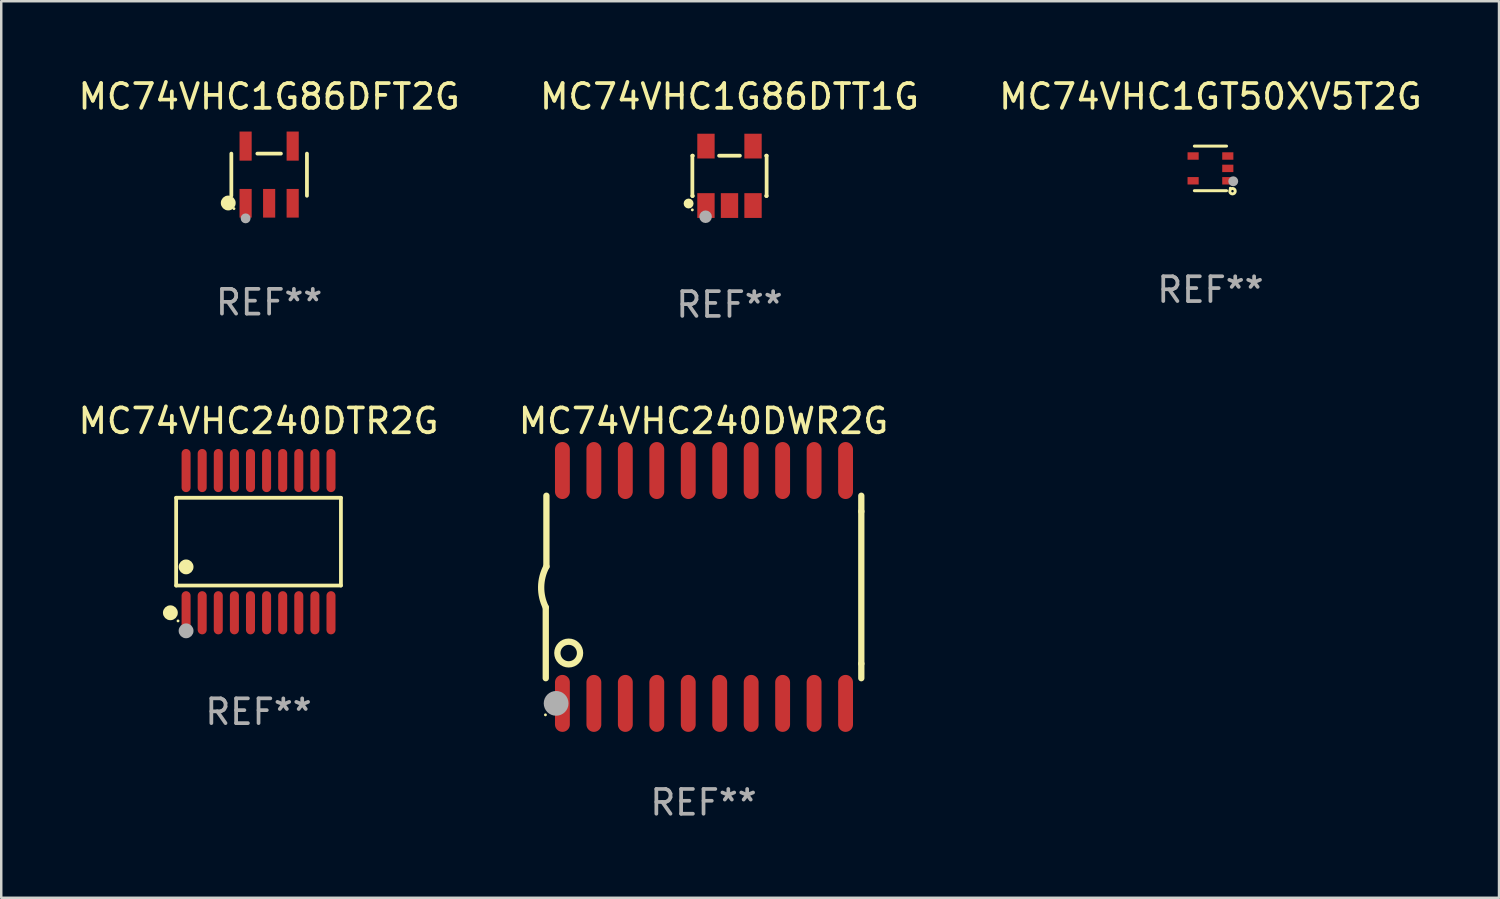
<source format=kicad_pcb>
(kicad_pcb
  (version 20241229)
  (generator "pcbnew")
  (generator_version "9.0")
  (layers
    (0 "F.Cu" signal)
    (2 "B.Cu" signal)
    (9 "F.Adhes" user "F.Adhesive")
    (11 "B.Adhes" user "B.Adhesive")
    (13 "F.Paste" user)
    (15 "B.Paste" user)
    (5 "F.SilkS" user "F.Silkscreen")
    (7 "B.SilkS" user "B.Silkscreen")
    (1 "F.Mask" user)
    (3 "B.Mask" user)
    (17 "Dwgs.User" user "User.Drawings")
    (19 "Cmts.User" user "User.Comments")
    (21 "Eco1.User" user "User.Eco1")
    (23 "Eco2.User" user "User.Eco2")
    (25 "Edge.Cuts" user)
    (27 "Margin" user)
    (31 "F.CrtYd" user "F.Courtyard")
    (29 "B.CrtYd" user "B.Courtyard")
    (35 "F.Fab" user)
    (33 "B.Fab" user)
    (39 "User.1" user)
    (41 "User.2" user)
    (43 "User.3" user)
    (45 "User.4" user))
  (footprint "MC74VHC240DTR2G"
    (layer "F.Cu")
    (at 7.387 18.816)
    (property "Reference" "MC74VHC240DTR2G" (at 0 -4.871 0) (layer "F.SilkS") (effects (font (size 1 1) (thickness 0.15))))
    (attr through_hole)
    (fp_line (start -3.326 -1.771) (end 3.326 -1.771) (stroke (width 0.152) (type solid)) (layer "F.SilkS"))
    (fp_line (start -3.326 1.771) (end -3.326 -1.771) (stroke (width 0.152) (type solid)) (layer "F.SilkS"))
    (fp_line (start 3.326 -1.771) (end 3.326 1.771) (stroke (width 0.152) (type solid)) (layer "F.SilkS"))
    (fp_line (start 3.326 1.771) (end -3.326 1.771) (stroke (width 0.152) (type solid)) (layer "F.SilkS"))
    (fp_circle (center -3.559 2.871) (end -3.409 2.871) (stroke (width 0.3) (type solid)) (fill no) (layer "F.SilkS"))
    (fp_circle (center -3.25 3.2) (end -3.22 3.2) (stroke (width 0.06) (type solid)) (fill no) (layer "F.SilkS"))
    (fp_circle (center -2.925 1.019) (end -2.775 1.019) (stroke (width 0.3) (type solid)) (fill no) (layer "F.SilkS"))
    (fp_circle (center -2.925 3.6) (end -2.775 3.6) (stroke (width 0.3) (type solid)) (fill no) (layer "F.Fab"))
    (fp_text user "REF**" (at 0 6.871 0) (layer "F.Fab") (effects (font (size 1 1) (thickness 0.15))))
    (pad "1" smd oval (at -2.925 2.871) (size 0.364 1.742) (layers "F.Cu" "F.Mask" "F.Paste"))
    (pad "2" smd oval (at -2.275 2.871) (size 0.364 1.742) (layers "F.Cu" "F.Mask" "F.Paste"))
    (pad "3" smd oval (at -1.625 2.871) (size 0.364 1.742) (layers "F.Cu" "F.Mask" "F.Paste"))
    (pad "4" smd oval (at -0.975 2.871) (size 0.364 1.742) (layers "F.Cu" "F.Mask" "F.Paste"))
    (pad "5" smd oval (at -0.325 2.871) (size 0.364 1.742) (layers "F.Cu" "F.Mask" "F.Paste"))
    (pad "6" smd oval (at 0.325 2.871) (size 0.364 1.742) (layers "F.Cu" "F.Mask" "F.Paste"))
    (pad "7" smd oval (at 0.975 2.871) (size 0.364 1.742) (layers "F.Cu" "F.Mask" "F.Paste"))
    (pad "8" smd oval (at 1.625 2.871) (size 0.364 1.742) (layers "F.Cu" "F.Mask" "F.Paste"))
    (pad "9" smd oval (at 2.275 2.871) (size 0.364 1.742) (layers "F.Cu" "F.Mask" "F.Paste"))
    (pad "10" smd oval (at 2.925 2.871) (size 0.364 1.742) (layers "F.Cu" "F.Mask" "F.Paste"))
    (pad "11" smd oval (at 2.925 -2.871) (size 0.364 1.742) (layers "F.Cu" "F.Mask" "F.Paste"))
    (pad "12" smd oval (at 2.275 -2.871) (size 0.364 1.742) (layers "F.Cu" "F.Mask" "F.Paste"))
    (pad "13" smd oval (at 1.625 -2.871) (size 0.364 1.742) (layers "F.Cu" "F.Mask" "F.Paste"))
    (pad "14" smd oval (at 0.975 -2.871) (size 0.364 1.742) (layers "F.Cu" "F.Mask" "F.Paste"))
    (pad "15" smd oval (at 0.325 -2.871) (size 0.364 1.742) (layers "F.Cu" "F.Mask" "F.Paste"))
    (pad "16" smd oval (at -0.325 -2.871) (size 0.364 1.742) (layers "F.Cu" "F.Mask" "F.Paste"))
    (pad "17" smd oval (at -0.975 -2.871) (size 0.364 1.742) (layers "F.Cu" "F.Mask" "F.Paste"))
    (pad "18" smd oval (at -1.625 -2.871) (size 0.364 1.742) (layers "F.Cu" "F.Mask" "F.Paste"))
    (pad "19" smd oval (at -2.275 -2.871) (size 0.364 1.742) (layers "F.Cu" "F.Mask" "F.Paste"))
    (pad "20" smd oval (at -2.925 -2.871) (size 0.364 1.742) (layers "F.Cu" "F.Mask" "F.Paste")))
  (footprint "MC74VHC1GT50XV5T2G"
    (layer "F.Cu")
    (at 45.815 3.748)
    (property "Reference" "MC74VHC1GT50XV5T2G" (at 0 -2.9 0) (layer "F.SilkS") (effects (font (size 1 1) (thickness 0.15))))
    (attr through_hole)
    (fp_line (start -0.65 -0.9) (end 0.65 -0.9) (stroke (width 0.12) (type solid)) (layer "F.SilkS"))
    (fp_line (start -0.65 0.9) (end 0.65 0.9) (stroke (width 0.12) (type solid)) (layer "F.SilkS"))
    (fp_circle (center 0.8 0.8) (end 0.83 0.8) (stroke (width 0.06) (type solid)) (fill no) (layer "F.SilkS"))
    (fp_circle (center 0.89 0.92) (end 0.94 0.92) (stroke (width 0.12) (type solid)) (fill no) (layer "F.SilkS"))
    (fp_circle (center 0.92 0.52) (end 1.02 0.52) (stroke (width 0.2) (type solid)) (fill no) (layer "F.Fab"))
    (fp_text user "REF**" (at 0 4.9 0) (layer "F.Fab") (effects (font (size 1 1) (thickness 0.15))))
    (pad "1" smd rect (at 0.7 0.5) (size 0.45 0.3) (layers "F.Cu" "F.Mask" "F.Paste"))
    (pad "2" smd rect (at 0.7 -0.000356) (size 0.45 0.3) (layers "F.Cu" "F.Mask" "F.Paste"))
    (pad "3" smd rect (at 0.7 -0.5) (size 0.45 0.3) (layers "F.Cu" "F.Mask" "F.Paste"))
    (pad "4" smd rect (at -0.7 -0.5) (size 0.45 0.3) (layers "F.Cu" "F.Mask" "F.Paste"))
    (pad "5" smd rect (at -0.7 0.5) (size 0.45 0.3) (layers "F.Cu" "F.Mask" "F.Paste")))
  (footprint "MC74VHC240DWR2G"
    (layer "F.Cu")
    (at 25.351 20.645)
    (property "Reference" "MC74VHC240DWR2G" (at 0 -6.7 0) (layer "F.SilkS") (effects (font (size 1 1) (thickness 0.15))))
    (attr through_hole)
    (fp_line (start -6.369 0.826) (end -6.369 3.683) (stroke (width 0.254) (type solid)) (layer "F.SilkS"))
    (fp_line (start -6.343 -0.825) (end -6.343 -3.683) (stroke (width 0.254) (type solid)) (layer "F.SilkS"))
    (fp_line (start 6.369 -3.048) (end 6.369 -3.683) (stroke (width 0.254) (type solid)) (layer "F.SilkS"))
    (fp_line (start 6.369 -3.048) (end 6.369 3.096) (stroke (width 0.254) (type solid)) (layer "F.SilkS"))
    (fp_line (start 6.369 3.096) (end 6.369 3.683) (stroke (width 0.254) (type solid)) (layer "F.SilkS"))
    (fp_arc (start -6.36853 0.825552) (mid -6.554743 -0.00301) (end -6.343129 -0.825451) (stroke (width 0.254001) (type solid)) (layer "F.SilkS"))
    (fp_circle (center -6.382 5.163) (end -6.352 5.163) (stroke (width 0.06) (type solid)) (fill no) (layer "F.SilkS"))
    (fp_circle (center -5.443 2.667) (end -4.985 2.667) (stroke (width 0.254) (type solid)) (fill no) (layer "F.SilkS"))
    (fp_circle (center -5.951 4.699) (end -5.701 4.699) (stroke (width 0.5) (type solid)) (fill no) (layer "F.Fab"))
    (fp_text user "REF**" (at 0 8.7 0) (layer "F.Fab") (effects (font (size 1 1) (thickness 0.15))))
    (pad "1" smd oval (at -5.697 4.7 180) (size 0.6 2.3) (layers "F.Cu" "F.Mask" "F.Paste"))
    (pad "2" smd oval (at -4.427 4.7 180) (size 0.6 2.3) (layers "F.Cu" "F.Mask" "F.Paste"))
    (pad "3" smd oval (at -3.157 4.7 180) (size 0.6 2.3) (layers "F.Cu" "F.Mask" "F.Paste"))
    (pad "4" smd oval (at -1.887 4.7 180) (size 0.6 2.3) (layers "F.Cu" "F.Mask" "F.Paste"))
    (pad "5" smd oval (at -0.617 4.7 180) (size 0.6 2.3) (layers "F.Cu" "F.Mask" "F.Paste"))
    (pad "6" smd oval (at 0.653 4.7 180) (size 0.6 2.3) (layers "F.Cu" "F.Mask" "F.Paste"))
    (pad "7" smd oval (at 1.923 4.7 180) (size 0.6 2.3) (layers "F.Cu" "F.Mask" "F.Paste"))
    (pad "8" smd oval (at 3.193 4.7 180) (size 0.6 2.3) (layers "F.Cu" "F.Mask" "F.Paste"))
    (pad "9" smd oval (at 4.463 4.7 180) (size 0.6 2.3) (layers "F.Cu" "F.Mask" "F.Paste"))
    (pad "10" smd oval (at 5.734 4.7 180) (size 0.6 2.3) (layers "F.Cu" "F.Mask" "F.Paste"))
    (pad "11" smd oval (at 5.734 -4.7 180) (size 0.6 2.3) (layers "F.Cu" "F.Mask" "F.Paste"))
    (pad "12" smd oval (at 4.463 -4.7 180) (size 0.6 2.3) (layers "F.Cu" "F.Mask" "F.Paste"))
    (pad "13" smd oval (at 3.193 -4.7 180) (size 0.6 2.3) (layers "F.Cu" "F.Mask" "F.Paste"))
    (pad "14" smd oval (at 1.923 -4.7 180) (size 0.6 2.3) (layers "F.Cu" "F.Mask" "F.Paste"))
    (pad "15" smd oval (at 0.653 -4.7 180) (size 0.6 2.3) (layers "F.Cu" "F.Mask" "F.Paste"))
    (pad "16" smd oval (at -0.617 -4.7 180) (size 0.6 2.3) (layers "F.Cu" "F.Mask" "F.Paste"))
    (pad "17" smd oval (at -1.887 -4.7 180) (size 0.6 2.3) (layers "F.Cu" "F.Mask" "F.Paste"))
    (pad "18" smd oval (at -3.157 -4.7 180) (size 0.6 2.3) (layers "F.Cu" "F.Mask" "F.Paste"))
    (pad "19" smd oval (at -4.427 -4.7 180) (size 0.6 2.3) (layers "F.Cu" "F.Mask" "F.Paste"))
    (pad "20" smd oval (at -5.697 -4.7 180) (size 0.6 2.3) (layers "F.Cu" "F.Mask" "F.Paste")))
  (footprint "MC74VHC1G86DFT2G"
    (layer "F.Cu")
    (at 7.815 4.002)
    (property "Reference" "MC74VHC1G86DFT2G" (at 0 -3.154 0) (layer "F.SilkS") (effects (font (size 1 1) (thickness 0.15))))
    (attr through_hole)
    (fp_line (start -1.526 0.851) (end -1.526 -0.851) (stroke (width 0.152) (type solid)) (layer "F.SilkS"))
    (fp_line (start 0.476 -0.851) (end -0.476 -0.851) (stroke (width 0.152) (type solid)) (layer "F.SilkS"))
    (fp_line (start 1.526 0.851) (end 1.526 -0.851) (stroke (width 0.152) (type solid)) (layer "F.SilkS"))
    (fp_circle (center -1.651 1.143) (end -1.501 1.143) (stroke (width 0.3) (type solid)) (fill no) (layer "F.SilkS"))
    (fp_circle (center -1.42 1.37) (end -1.39 1.37) (stroke (width 0.06) (type solid)) (fill no) (layer "F.SilkS"))
    (fp_circle (center -0.95 1.763) (end -0.85 1.763) (stroke (width 0.2) (type solid)) (fill no) (layer "F.Fab"))
    (fp_text user "REF**" (at 0 5.154 0) (layer "F.Fab") (effects (font (size 1 1) (thickness 0.15))))
    (pad "1" smd rect (at -0.95 1.154) (size 0.49 1.157) (layers "F.Cu" "F.Mask" "F.Paste"))
    (pad "2" smd rect (at 0 1.154) (size 0.49 1.157) (layers "F.Cu" "F.Mask" "F.Paste"))
    (pad "3" smd rect (at 0.95 1.154) (size 0.49 1.157) (layers "F.Cu" "F.Mask" "F.Paste"))
    (pad "4" smd rect (at 0.95 -1.154) (size 0.49 1.175) (layers "F.Cu" "F.Mask" "F.Paste"))
    (pad "5" smd rect (at -0.95 -1.154) (size 0.49 1.175) (layers "F.Cu" "F.Mask" "F.Paste")))
  (footprint "MC74VHC1G86DTT1G"
    (layer "F.Cu")
    (at 26.399 4.048)
    (property "Reference" "MC74VHC1G86DTT1G" (at 0 -3.2 0) (layer "F.SilkS") (effects (font (size 1 1) (thickness 0.15))))
    (attr through_hole)
    (fp_line (start -1.499 -0.813) (end -1.48 -0.813) (stroke (width 0.152) (type solid)) (layer "F.SilkS"))
    (fp_line (start -1.499 0.813) (end -1.499 -0.813) (stroke (width 0.152) (type solid)) (layer "F.SilkS"))
    (fp_line (start -1.48 0.813) (end -1.499 0.813) (stroke (width 0.152) (type solid)) (layer "F.SilkS"))
    (fp_line (start -0.42 -0.813) (end 0.42 -0.813) (stroke (width 0.152) (type solid)) (layer "F.SilkS"))
    (fp_line (start 1.48 -0.813) (end 1.499 -0.813) (stroke (width 0.152) (type solid)) (layer "F.SilkS"))
    (fp_line (start 1.499 -0.813) (end 1.499 0.813) (stroke (width 0.152) (type solid)) (layer "F.SilkS"))
    (fp_line (start 1.499 0.813) (end 1.48 0.813) (stroke (width 0.152) (type solid)) (layer "F.SilkS"))
    (fp_circle (center -1.651 1.118) (end -1.551 1.118) (stroke (width 0.2) (type solid)) (fill no) (layer "F.SilkS"))
    (fp_circle (center -1.5 1.375) (end -1.47 1.375) (stroke (width 0.06) (type solid)) (fill no) (layer "F.SilkS"))
    (fp_circle (center -0.965 1.651) (end -0.838 1.651) (stroke (width 0.254) (type solid)) (fill no) (layer "F.Fab"))
    (fp_text user "REF**" (at 0 5.2 0) (layer "F.Fab") (effects (font (size 1 1) (thickness 0.15))))
    (pad "1" smd rect (at -0.95 1.2) (size 0.7 1) (layers "F.Cu" "F.Mask" "F.Paste"))
    (pad "2" smd rect (at 0 1.2) (size 0.7 1) (layers "F.Cu" "F.Mask" "F.Paste"))
    (pad "3" smd rect (at 0.95 1.2) (size 0.7 1) (layers "F.Cu" "F.Mask" "F.Paste"))
    (pad "4" smd rect (at 0.95 -1.2) (size 0.7 1) (layers "F.Cu" "F.Mask" "F.Paste"))
    (pad "5" smd rect (at -0.95 -1.2) (size 0.7 1) (layers "F.Cu" "F.Mask" "F.Paste")))
  (gr_rect
    (start -3 -3)
    (end 57.464 33.193)
    (stroke (width 0.1) (type default))
    (fill no)
    (layer "Edge.Cuts")))
</source>
